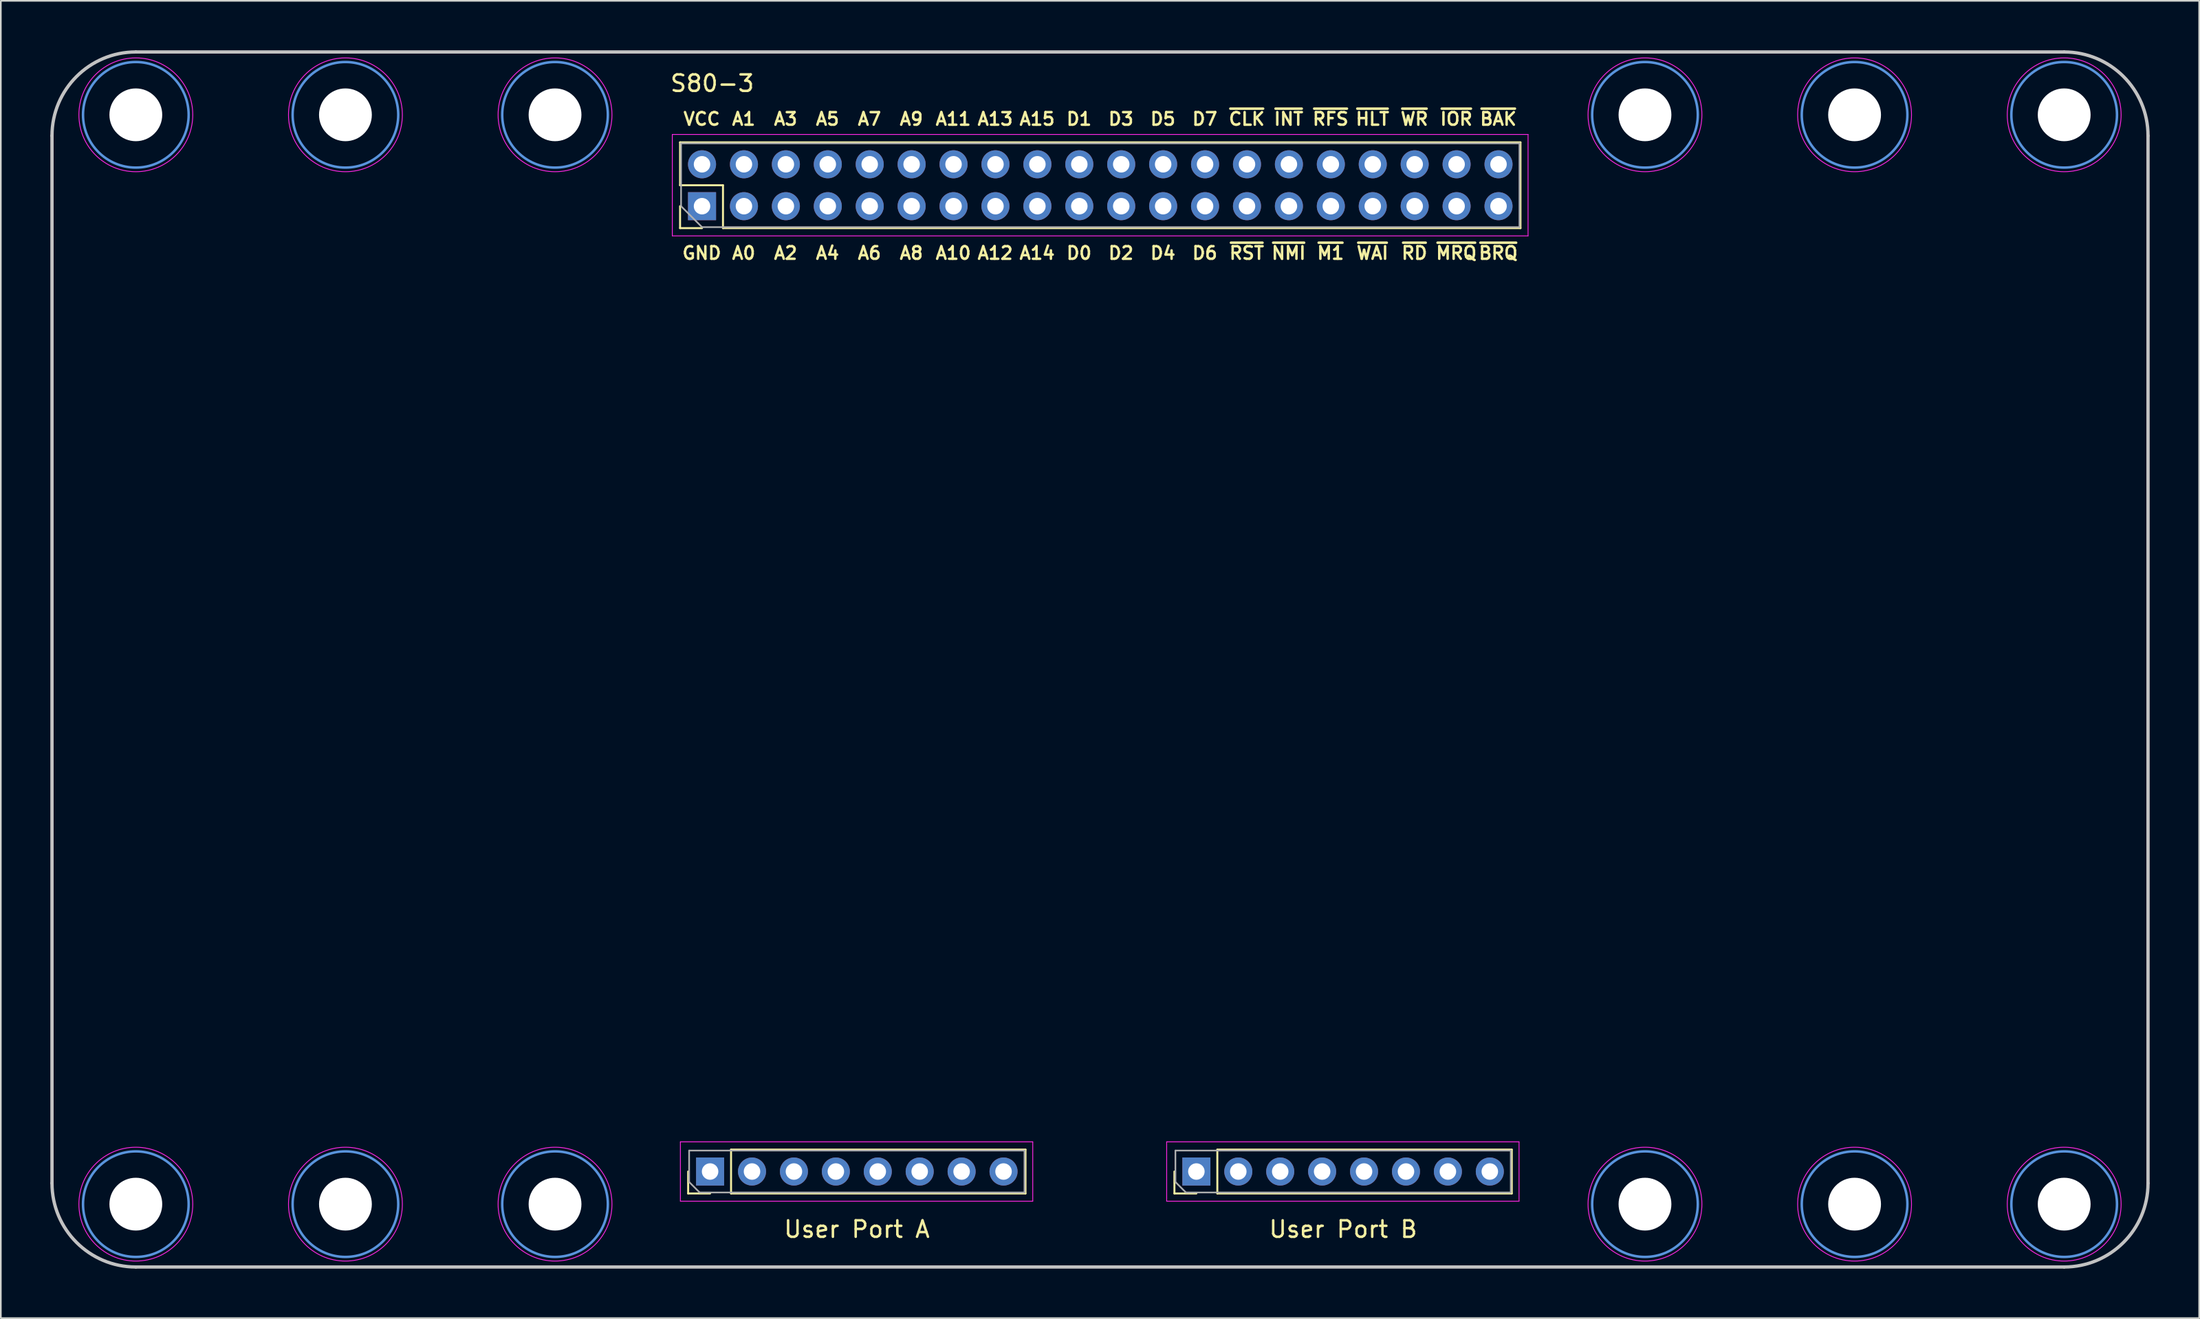
<source format=kicad_pcb>
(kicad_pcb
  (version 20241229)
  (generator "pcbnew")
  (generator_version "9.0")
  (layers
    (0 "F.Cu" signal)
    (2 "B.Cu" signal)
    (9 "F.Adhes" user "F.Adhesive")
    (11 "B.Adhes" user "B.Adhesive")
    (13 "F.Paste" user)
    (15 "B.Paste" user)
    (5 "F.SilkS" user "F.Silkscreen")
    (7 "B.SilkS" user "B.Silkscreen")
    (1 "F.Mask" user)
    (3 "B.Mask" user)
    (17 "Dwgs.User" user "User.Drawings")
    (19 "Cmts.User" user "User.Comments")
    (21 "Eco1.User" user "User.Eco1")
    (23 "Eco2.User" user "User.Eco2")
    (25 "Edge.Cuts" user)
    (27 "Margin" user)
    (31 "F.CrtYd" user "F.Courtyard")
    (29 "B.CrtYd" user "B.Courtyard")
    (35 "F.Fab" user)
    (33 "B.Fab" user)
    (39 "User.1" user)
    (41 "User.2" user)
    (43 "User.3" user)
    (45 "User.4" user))
  (footprint "S80-3"
    (layer "F.Cu")
    (at 63.6 36.93)
    (property "Reference" "S80-3" (at -23.495 -34.925 0) (layer "F.SilkS") (effects (font (size 1 1) (thickness 0.15))))
    (attr through_hole)
    (fp_line (start -25.444 -31.35) (end 25.476 -31.35) (stroke (width 0.12) (type solid)) (layer "F.SilkS"))
    (fp_line (start -25.444 -28.75) (end -25.444 -31.35) (stroke (width 0.12) (type solid)) (layer "F.SilkS"))
    (fp_line (start -25.444 -26.15) (end -25.444 -27.48) (stroke (width 0.12) (type solid)) (layer "F.SilkS"))
    (fp_line (start -24.955 32.372) (end -24.955 31.042) (stroke (width 0.12) (type solid)) (layer "F.SilkS"))
    (fp_line (start -24.114 -26.15) (end -25.444 -26.15) (stroke (width 0.12) (type solid)) (layer "F.SilkS"))
    (fp_line (start -23.625 32.372) (end -24.955 32.372) (stroke (width 0.12) (type solid)) (layer "F.SilkS"))
    (fp_line (start -22.844 -28.75) (end -25.444 -28.75) (stroke (width 0.12) (type solid)) (layer "F.SilkS"))
    (fp_line (start -22.844 -26.15) (end -22.844 -28.75) (stroke (width 0.12) (type solid)) (layer "F.SilkS"))
    (fp_line (start -22.844 -26.15) (end 25.476 -26.15) (stroke (width 0.12) (type solid)) (layer "F.SilkS"))
    (fp_line (start -22.355 29.712) (end -4.515 29.712) (stroke (width 0.12) (type solid)) (layer "F.SilkS"))
    (fp_line (start -22.355 32.372) (end -22.355 29.712) (stroke (width 0.12) (type solid)) (layer "F.SilkS"))
    (fp_line (start -22.355 32.372) (end -4.515 32.372) (stroke (width 0.12) (type solid)) (layer "F.SilkS"))
    (fp_line (start -4.515 32.372) (end -4.515 29.712) (stroke (width 0.12) (type solid)) (layer "F.SilkS"))
    (fp_line (start 4.509 32.372) (end 4.509 31.042) (stroke (width 0.12) (type solid)) (layer "F.SilkS"))
    (fp_line (start 5.839 32.372) (end 4.509 32.372) (stroke (width 0.12) (type solid)) (layer "F.SilkS"))
    (fp_line (start 7.109 29.712) (end 24.949 29.712) (stroke (width 0.12) (type solid)) (layer "F.SilkS"))
    (fp_line (start 7.109 32.372) (end 7.109 29.712) (stroke (width 0.12) (type solid)) (layer "F.SilkS"))
    (fp_line (start 7.109 32.372) (end 24.949 32.372) (stroke (width 0.12) (type solid)) (layer "F.SilkS"))
    (fp_line (start 24.949 32.372) (end 24.949 29.712) (stroke (width 0.12) (type solid)) (layer "F.SilkS"))
    (fp_line (start 25.476 -26.15) (end 25.476 -31.35) (stroke (width 0.12) (type solid)) (layer "F.SilkS"))
    (fp_line (start -63.5 -31.75) (end -63.5 31.75) (stroke (width 0.2) (type solid)) (layer "Dwgs.User"))
    (fp_line (start -58.42 -36.83) (end 58.42 -36.83) (stroke (width 0.2) (type solid)) (layer "Dwgs.User"))
    (fp_line (start -58.42 36.83) (end 58.42 36.83) (stroke (width 0.2) (type solid)) (layer "Dwgs.User"))
    (fp_line (start 63.5 -31.75) (end 63.5 31.75) (stroke (width 0.2) (type solid)) (layer "Dwgs.User"))
    (fp_arc (start -63.5 -31.75) (mid -62.012102 -35.342102) (end -58.42 -36.83) (stroke (width 0.2) (type solid)) (layer "Dwgs.User"))
    (fp_arc (start -58.42 36.83) (mid -62.012102 35.342102) (end -63.5 31.75) (stroke (width 0.2) (type solid)) (layer "Dwgs.User"))
    (fp_arc (start 58.42 -36.83) (mid 62.012102 -35.342102) (end 63.5 -31.75) (stroke (width 0.2) (type solid)) (layer "Dwgs.User"))
    (fp_arc (start 63.5 31.75) (mid 62.012102 35.342102) (end 58.42 36.83) (stroke (width 0.2) (type solid)) (layer "Dwgs.User"))
    (fp_circle (center -58.42 -33.02) (end -55.22 -33.02) (stroke (width 0.15) (type solid)) (fill no) (layer "Cmts.User"))
    (fp_circle (center -58.42 33.02) (end -55.22 33.02) (stroke (width 0.15) (type solid)) (fill no) (layer "Cmts.User"))
    (fp_circle (center -45.72 -33.02) (end -42.52 -33.02) (stroke (width 0.15) (type solid)) (fill no) (layer "Cmts.User"))
    (fp_circle (center -45.72 33.02) (end -42.52 33.02) (stroke (width 0.15) (type solid)) (fill no) (layer "Cmts.User"))
    (fp_circle (center -33.02 -33.02) (end -29.82 -33.02) (stroke (width 0.15) (type solid)) (fill no) (layer "Cmts.User"))
    (fp_circle (center -33.02 33.02) (end -29.82 33.02) (stroke (width 0.15) (type solid)) (fill no) (layer "Cmts.User"))
    (fp_circle (center 33.02 -33.02) (end 36.22 -33.02) (stroke (width 0.15) (type solid)) (fill no) (layer "Cmts.User"))
    (fp_circle (center 33.02 33.02) (end 36.22 33.02) (stroke (width 0.15) (type solid)) (fill no) (layer "Cmts.User"))
    (fp_circle (center 45.72 -33.02) (end 48.92 -33.02) (stroke (width 0.15) (type solid)) (fill no) (layer "Cmts.User"))
    (fp_circle (center 45.72 33.02) (end 48.92 33.02) (stroke (width 0.15) (type solid)) (fill no) (layer "Cmts.User"))
    (fp_circle (center 58.42 -33.02) (end 61.62 -33.02) (stroke (width 0.15) (type solid)) (fill no) (layer "Cmts.User"))
    (fp_circle (center 58.42 33.02) (end 61.62 33.02) (stroke (width 0.15) (type solid)) (fill no) (layer "Cmts.User"))
    (fp_line (start -25.914 -31.83) (end -25.914 -25.68) (stroke (width 0.05) (type solid)) (layer "F.CrtYd"))
    (fp_line (start -25.914 -25.68) (end 25.936 -25.68) (stroke (width 0.05) (type solid)) (layer "F.CrtYd"))
    (fp_line (start -25.425 29.242) (end -25.425 32.842) (stroke (width 0.05) (type solid)) (layer "F.CrtYd"))
    (fp_line (start -25.425 32.842) (end -4.075 32.842) (stroke (width 0.05) (type solid)) (layer "F.CrtYd"))
    (fp_line (start -4.075 29.242) (end -25.425 29.242) (stroke (width 0.05) (type solid)) (layer "F.CrtYd"))
    (fp_line (start -4.075 32.842) (end -4.075 29.242) (stroke (width 0.05) (type solid)) (layer "F.CrtYd"))
    (fp_line (start 4.039 29.242) (end 4.039 32.842) (stroke (width 0.05) (type solid)) (layer "F.CrtYd"))
    (fp_line (start 4.039 32.842) (end 25.389 32.842) (stroke (width 0.05) (type solid)) (layer "F.CrtYd"))
    (fp_line (start 25.389 29.242) (end 4.039 29.242) (stroke (width 0.05) (type solid)) (layer "F.CrtYd"))
    (fp_line (start 25.389 32.842) (end 25.389 29.242) (stroke (width 0.05) (type solid)) (layer "F.CrtYd"))
    (fp_line (start 25.936 -31.83) (end -25.914 -31.83) (stroke (width 0.05) (type solid)) (layer "F.CrtYd"))
    (fp_line (start 25.936 -25.68) (end 25.936 -31.83) (stroke (width 0.05) (type solid)) (layer "F.CrtYd"))
    (fp_circle (center -58.42 -33.02) (end -54.97 -33.02) (stroke (width 0.05) (type solid)) (fill no) (layer "F.CrtYd"))
    (fp_circle (center -58.42 33.02) (end -54.97 33.02) (stroke (width 0.05) (type solid)) (fill no) (layer "F.CrtYd"))
    (fp_circle (center -45.72 -33.02) (end -42.27 -33.02) (stroke (width 0.05) (type solid)) (fill no) (layer "F.CrtYd"))
    (fp_circle (center -45.72 33.02) (end -42.27 33.02) (stroke (width 0.05) (type solid)) (fill no) (layer "F.CrtYd"))
    (fp_circle (center -33.02 -33.02) (end -29.57 -33.02) (stroke (width 0.05) (type solid)) (fill no) (layer "F.CrtYd"))
    (fp_circle (center -33.02 33.02) (end -29.57 33.02) (stroke (width 0.05) (type solid)) (fill no) (layer "F.CrtYd"))
    (fp_circle (center 33.02 -33.02) (end 36.47 -33.02) (stroke (width 0.05) (type solid)) (fill no) (layer "F.CrtYd"))
    (fp_circle (center 33.02 33.02) (end 36.47 33.02) (stroke (width 0.05) (type solid)) (fill no) (layer "F.CrtYd"))
    (fp_circle (center 45.72 -33.02) (end 49.17 -33.02) (stroke (width 0.05) (type solid)) (fill no) (layer "F.CrtYd"))
    (fp_circle (center 45.72 33.02) (end 49.17 33.02) (stroke (width 0.05) (type solid)) (fill no) (layer "F.CrtYd"))
    (fp_circle (center 58.42 -33.02) (end 61.87 -33.02) (stroke (width 0.05) (type solid)) (fill no) (layer "F.CrtYd"))
    (fp_circle (center 58.42 33.02) (end 61.87 33.02) (stroke (width 0.05) (type solid)) (fill no) (layer "F.CrtYd"))
    (fp_line (start -25.384 -31.29) (end 25.416 -31.29) (stroke (width 0.1) (type solid)) (layer "F.Fab"))
    (fp_line (start -25.384 -27.48) (end -25.384 -31.29) (stroke (width 0.1) (type solid)) (layer "F.Fab"))
    (fp_line (start -24.895 29.772) (end -4.575 29.772) (stroke (width 0.1) (type solid)) (layer "F.Fab"))
    (fp_line (start -24.895 31.677) (end -24.895 29.772) (stroke (width 0.1) (type solid)) (layer "F.Fab"))
    (fp_line (start -24.26 32.312) (end -24.895 31.677) (stroke (width 0.1) (type solid)) (layer "F.Fab"))
    (fp_line (start -24.114 -26.21) (end -25.384 -27.48) (stroke (width 0.1) (type solid)) (layer "F.Fab"))
    (fp_line (start -4.575 29.772) (end -4.575 32.312) (stroke (width 0.1) (type solid)) (layer "F.Fab"))
    (fp_line (start -4.575 32.312) (end -24.26 32.312) (stroke (width 0.1) (type solid)) (layer "F.Fab"))
    (fp_line (start 4.569 29.772) (end 24.889 29.772) (stroke (width 0.1) (type solid)) (layer "F.Fab"))
    (fp_line (start 4.569 31.677) (end 4.569 29.772) (stroke (width 0.1) (type solid)) (layer "F.Fab"))
    (fp_line (start 5.204 32.312) (end 4.569 31.677) (stroke (width 0.1) (type solid)) (layer "F.Fab"))
    (fp_line (start 24.889 29.772) (end 24.889 32.312) (stroke (width 0.1) (type solid)) (layer "F.Fab"))
    (fp_line (start 24.889 32.312) (end 5.204 32.312) (stroke (width 0.1) (type solid)) (layer "F.Fab"))
    (fp_line (start 25.416 -31.29) (end 25.416 -26.21) (stroke (width 0.1) (type solid)) (layer "F.Fab"))
    (fp_line (start 25.416 -26.21) (end -24.114 -26.21) (stroke (width 0.1) (type solid)) (layer "F.Fab"))
    (fp_text user "A3" (at -19.05 -32.766 0) (layer "F.SilkS") (effects (font (size 0.762 0.762) (thickness 0.15))))
    (fp_text user "User Port A" (at -14.732 34.544 0) (layer "F.SilkS") (effects (font (size 1 1) (thickness 0.15))))
    (fp_text user "D6" (at 6.35 -24.638 0) (layer "F.SilkS") (effects (font (size 0.762 0.762) (thickness 0.15))))
    (fp_text user "~{NMI}" (at 11.43 -24.638 0) (layer "F.SilkS") (effects (font (size 0.762 0.762) (thickness 0.15))))
    (fp_text user "A10" (at -8.89 -24.638 0) (layer "F.SilkS") (effects (font (size 0.762 0.762) (thickness 0.15))))
    (fp_text user "~{M1}" (at 13.97 -24.638 0) (layer "F.SilkS") (effects (font (size 0.762 0.762) (thickness 0.15))))
    (fp_text user "~{RFS}" (at 13.97 -32.766 0) (layer "F.SilkS") (effects (font (size 0.762 0.762) (thickness 0.15))))
    (fp_text user "A11" (at -8.89 -32.766 0) (layer "F.SilkS") (effects (font (size 0.762 0.762) (thickness 0.15))))
    (fp_text user "~{WR}" (at 19.05 -32.766 0) (layer "F.SilkS") (effects (font (size 0.762 0.762) (thickness 0.15))))
    (fp_text user "D7" (at 6.35 -32.766 0) (layer "F.SilkS") (effects (font (size 0.762 0.762) (thickness 0.15))))
    (fp_text user "~{CLK}" (at 8.89 -32.766 0) (layer "F.SilkS") (effects (font (size 0.762 0.762) (thickness 0.15))))
    (fp_text user "VCC" (at -24.13 -32.766 0) (layer "F.SilkS") (effects (font (size 0.762 0.762) (thickness 0.15))))
    (fp_text user "D1" (at -1.27 -32.766 0) (layer "F.SilkS") (effects (font (size 0.762 0.762) (thickness 0.15))))
    (fp_text user "A13" (at -6.35 -32.766 0) (layer "F.SilkS") (effects (font (size 0.762 0.762) (thickness 0.15))))
    (fp_text user "A9" (at -11.43 -32.766 0) (layer "F.SilkS") (effects (font (size 0.762 0.762) (thickness 0.15))))
    (fp_text user "~{HLT}" (at 16.51 -32.766 0) (layer "F.SilkS") (effects (font (size 0.762 0.762) (thickness 0.15))))
    (fp_text user "~{BRQ}" (at 24.13 -24.638 0) (layer "F.SilkS") (effects (font (size 0.762 0.762) (thickness 0.15))))
    (fp_text user "D0" (at -1.27 -24.638 0) (layer "F.SilkS") (effects (font (size 0.762 0.762) (thickness 0.15))))
    (fp_text user "~{IOR}" (at 21.59 -32.766 0) (layer "F.SilkS") (effects (font (size 0.762 0.762) (thickness 0.15))))
    (fp_text user "D2" (at 1.27 -24.638 0) (layer "F.SilkS") (effects (font (size 0.762 0.762) (thickness 0.15))))
    (fp_text user "~{RD}" (at 19.05 -24.638 0) (layer "F.SilkS") (effects (font (size 0.762 0.762) (thickness 0.15))))
    (fp_text user "~{RST}" (at 8.89 -24.638 0) (layer "F.SilkS") (effects (font (size 0.762 0.762) (thickness 0.15))))
    (fp_text user "D5" (at 3.81 -32.766 0) (layer "F.SilkS") (effects (font (size 0.762 0.762) (thickness 0.15))))
    (fp_text user "A0" (at -21.59 -24.638 0) (layer "F.SilkS") (effects (font (size 0.762 0.762) (thickness 0.15))))
    (fp_text user "A7" (at -13.97 -32.766 0) (layer "F.SilkS") (effects (font (size 0.762 0.762) (thickness 0.15))))
    (fp_text user "A2" (at -19.05 -24.638 0) (layer "F.SilkS") (effects (font (size 0.762 0.762) (thickness 0.15))))
    (fp_text user "A8" (at -11.43 -24.638 0) (layer "F.SilkS") (effects (font (size 0.762 0.762) (thickness 0.15))))
    (fp_text user "A6" (at -13.97 -24.638 0) (layer "F.SilkS") (effects (font (size 0.762 0.762) (thickness 0.15))))
    (fp_text user "A14" (at -3.81 -24.638 0) (layer "F.SilkS") (effects (font (size 0.762 0.762) (thickness 0.15))))
    (fp_text user "A4" (at -16.51 -24.638 0) (layer "F.SilkS") (effects (font (size 0.762 0.762) (thickness 0.15))))
    (fp_text user "A15" (at -3.81 -32.766 0) (layer "F.SilkS") (effects (font (size 0.762 0.762) (thickness 0.15))))
    (fp_text user "D4" (at 3.81 -24.638 0) (layer "F.SilkS") (effects (font (size 0.762 0.762) (thickness 0.15))))
    (fp_text user "A12" (at -6.35 -24.638 0) (layer "F.SilkS") (effects (font (size 0.762 0.762) (thickness 0.15))))
    (fp_text user "~{WAI}" (at 16.51 -24.638 0) (layer "F.SilkS") (effects (font (size 0.762 0.762) (thickness 0.15))))
    (fp_text user "~{BAK}" (at 24.13 -32.766 0) (layer "F.SilkS") (effects (font (size 0.762 0.762) (thickness 0.15))))
    (fp_text user "A5" (at -16.51 -32.766 0) (layer "F.SilkS") (effects (font (size 0.762 0.762) (thickness 0.15))))
    (fp_text user "User Port B" (at 14.732 34.544 0) (layer "F.SilkS") (effects (font (size 1 1) (thickness 0.15))))
    (fp_text user "A1" (at -21.59 -32.766 0) (layer "F.SilkS") (effects (font (size 0.762 0.762) (thickness 0.15))))
    (fp_text user "GND" (at -24.13 -24.638 0) (layer "F.SilkS") (effects (font (size 0.762 0.762) (thickness 0.15))))
    (fp_text user "~{MRQ}" (at 21.59 -24.638 0) (layer "F.SilkS") (effects (font (size 0.762 0.762) (thickness 0.15))))
    (fp_text user "D3" (at 1.27 -32.766 0) (layer "F.SilkS") (effects (font (size 0.762 0.762) (thickness 0.15))))
    (fp_text user "~{INT}" (at 11.43 -32.766 0) (layer "F.SilkS") (effects (font (size 0.762 0.762) (thickness 0.15))))
    (pad "" np_thru_hole circle (at -58.42 -33.02) (size 3.2 3.2) (drill 3.2) (layers "*.Cu" "*.Mask"))
    (pad "" np_thru_hole circle (at -58.42 33.02) (size 3.2 3.2) (drill 3.2) (layers "*.Cu" "*.Mask"))
    (pad "" np_thru_hole circle (at -45.72 -33.02) (size 3.2 3.2) (drill 3.2) (layers "*.Cu" "*.Mask"))
    (pad "" np_thru_hole circle (at -45.72 33.02) (size 3.2 3.2) (drill 3.2) (layers "*.Cu" "*.Mask"))
    (pad "" np_thru_hole circle (at -33.02 -33.02) (size 3.2 3.2) (drill 3.2) (layers "*.Cu" "*.Mask"))
    (pad "" np_thru_hole circle (at -33.02 33.02) (size 3.2 3.2) (drill 3.2) (layers "*.Cu" "*.Mask"))
    (pad "" np_thru_hole circle (at 33.02 -33.02) (size 3.2 3.2) (drill 3.2) (layers "*.Cu" "*.Mask"))
    (pad "" np_thru_hole circle (at 33.02 33.02) (size 3.2 3.2) (drill 3.2) (layers "*.Cu" "*.Mask"))
    (pad "" np_thru_hole circle (at 45.72 -33.02) (size 3.2 3.2) (drill 3.2) (layers "*.Cu" "*.Mask"))
    (pad "" np_thru_hole circle (at 45.72 33.02) (size 3.2 3.2) (drill 3.2) (layers "*.Cu" "*.Mask"))
    (pad "" np_thru_hole circle (at 58.42 -33.02) (size 3.2 3.2) (drill 3.2) (layers "*.Cu" "*.Mask"))
    (pad "" np_thru_hole circle (at 58.42 33.02) (size 3.2 3.2) (drill 3.2) (layers "*.Cu" "*.Mask"))
    (pad "1" thru_hole rect (at -24.114 -27.48 90) (size 1.7 1.7) (drill 1) (layers "*.Cu" "*.Mask"))
    (pad "2" thru_hole oval (at -24.114 -30.02 90) (size 1.7 1.7) (drill 1) (layers "*.Cu" "*.Mask"))
    (pad "3" thru_hole oval (at -21.574 -27.48 90) (size 1.7 1.7) (drill 1) (layers "*.Cu" "*.Mask"))
    (pad "4" thru_hole oval (at -21.574 -30.02 90) (size 1.7 1.7) (drill 1) (layers "*.Cu" "*.Mask"))
    (pad "5" thru_hole oval (at -19.034 -27.48 90) (size 1.7 1.7) (drill 1) (layers "*.Cu" "*.Mask"))
    (pad "6" thru_hole oval (at -19.034 -30.02 90) (size 1.7 1.7) (drill 1) (layers "*.Cu" "*.Mask"))
    (pad "7" thru_hole oval (at -16.494 -27.48 90) (size 1.7 1.7) (drill 1) (layers "*.Cu" "*.Mask"))
    (pad "8" thru_hole oval (at -16.494 -30.02 90) (size 1.7 1.7) (drill 1) (layers "*.Cu" "*.Mask"))
    (pad "9" thru_hole oval (at -13.954 -27.48 90) (size 1.7 1.7) (drill 1) (layers "*.Cu" "*.Mask"))
    (pad "10" thru_hole oval (at -13.954 -30.02 90) (size 1.7 1.7) (drill 1) (layers "*.Cu" "*.Mask"))
    (pad "11" thru_hole oval (at -11.414 -27.48 90) (size 1.7 1.7) (drill 1) (layers "*.Cu" "*.Mask"))
    (pad "12" thru_hole oval (at -11.414 -30.02 90) (size 1.7 1.7) (drill 1) (layers "*.Cu" "*.Mask"))
    (pad "13" thru_hole oval (at -8.874 -27.48 90) (size 1.7 1.7) (drill 1) (layers "*.Cu" "*.Mask"))
    (pad "14" thru_hole oval (at -8.874 -30.02 90) (size 1.7 1.7) (drill 1) (layers "*.Cu" "*.Mask"))
    (pad "15" thru_hole oval (at -6.334 -27.48 90) (size 1.7 1.7) (drill 1) (layers "*.Cu" "*.Mask"))
    (pad "16" thru_hole oval (at -6.334 -30.02 90) (size 1.7 1.7) (drill 1) (layers "*.Cu" "*.Mask"))
    (pad "17" thru_hole oval (at -3.794 -27.48 90) (size 1.7 1.7) (drill 1) (layers "*.Cu" "*.Mask"))
    (pad "18" thru_hole oval (at -3.794 -30.02 90) (size 1.7 1.7) (drill 1) (layers "*.Cu" "*.Mask"))
    (pad "19" thru_hole oval (at -1.254 -27.48 90) (size 1.7 1.7) (drill 1) (layers "*.Cu" "*.Mask"))
    (pad "20" thru_hole oval (at -1.254 -30.02 90) (size 1.7 1.7) (drill 1) (layers "*.Cu" "*.Mask"))
    (pad "21" thru_hole oval (at 1.286 -27.48 90) (size 1.7 1.7) (drill 1) (layers "*.Cu" "*.Mask"))
    (pad "22" thru_hole oval (at 1.286 -30.02 90) (size 1.7 1.7) (drill 1) (layers "*.Cu" "*.Mask"))
    (pad "23" thru_hole oval (at 3.826 -27.48 90) (size 1.7 1.7) (drill 1) (layers "*.Cu" "*.Mask"))
    (pad "24" thru_hole oval (at 3.826 -30.02 90) (size 1.7 1.7) (drill 1) (layers "*.Cu" "*.Mask"))
    (pad "25" thru_hole oval (at 6.366 -27.48 90) (size 1.7 1.7) (drill 1) (layers "*.Cu" "*.Mask"))
    (pad "26" thru_hole oval (at 6.366 -30.02 90) (size 1.7 1.7) (drill 1) (layers "*.Cu" "*.Mask"))
    (pad "27" thru_hole oval (at 8.906 -27.48 90) (size 1.7 1.7) (drill 1) (layers "*.Cu" "*.Mask"))
    (pad "28" thru_hole oval (at 8.906 -30.02 90) (size 1.7 1.7) (drill 1) (layers "*.Cu" "*.Mask"))
    (pad "29" thru_hole oval (at 11.446 -27.48 90) (size 1.7 1.7) (drill 1) (layers "*.Cu" "*.Mask"))
    (pad "30" thru_hole oval (at 11.446 -30.02 90) (size 1.7 1.7) (drill 1) (layers "*.Cu" "*.Mask"))
    (pad "31" thru_hole oval (at 13.986 -27.48 90) (size 1.7 1.7) (drill 1) (layers "*.Cu" "*.Mask"))
    (pad "32" thru_hole oval (at 13.986 -30.02 90) (size 1.7 1.7) (drill 1) (layers "*.Cu" "*.Mask"))
    (pad "33" thru_hole oval (at 16.526 -27.48 90) (size 1.7 1.7) (drill 1) (layers "*.Cu" "*.Mask"))
    (pad "34" thru_hole oval (at 16.526 -30.02 90) (size 1.7 1.7) (drill 1) (layers "*.Cu" "*.Mask"))
    (pad "35" thru_hole oval (at 19.066 -27.48 90) (size 1.7 1.7) (drill 1) (layers "*.Cu" "*.Mask"))
    (pad "36" thru_hole oval (at 19.066 -30.02 90) (size 1.7 1.7) (drill 1) (layers "*.Cu" "*.Mask"))
    (pad "37" thru_hole oval (at 21.606 -27.48 90) (size 1.7 1.7) (drill 1) (layers "*.Cu" "*.Mask"))
    (pad "38" thru_hole oval (at 21.606 -30.02 90) (size 1.7 1.7) (drill 1) (layers "*.Cu" "*.Mask"))
    (pad "39" thru_hole oval (at 24.146 -27.48 90) (size 1.7 1.7) (drill 1) (layers "*.Cu" "*.Mask"))
    (pad "40" thru_hole oval (at 24.146 -30.02 90) (size 1.7 1.7) (drill 1) (layers "*.Cu" "*.Mask"))
    (pad "41" thru_hole rect (at -23.625 31.042 90) (size 1.7 1.7) (drill 1) (layers "*.Cu" "*.Mask"))
    (pad "42" thru_hole oval (at -21.085 31.042 90) (size 1.7 1.7) (drill 1) (layers "*.Cu" "*.Mask"))
    (pad "43" thru_hole oval (at -18.545 31.042 90) (size 1.7 1.7) (drill 1) (layers "*.Cu" "*.Mask"))
    (pad "44" thru_hole oval (at -16.005 31.042 90) (size 1.7 1.7) (drill 1) (layers "*.Cu" "*.Mask"))
    (pad "45" thru_hole oval (at -13.465 31.042 90) (size 1.7 1.7) (drill 1) (layers "*.Cu" "*.Mask"))
    (pad "46" thru_hole oval (at -10.925 31.042 90) (size 1.7 1.7) (drill 1) (layers "*.Cu" "*.Mask"))
    (pad "47" thru_hole oval (at -8.385 31.042 90) (size 1.7 1.7) (drill 1) (layers "*.Cu" "*.Mask"))
    (pad "48" thru_hole oval (at -5.845 31.042 90) (size 1.7 1.7) (drill 1) (layers "*.Cu" "*.Mask"))
    (pad "49" thru_hole rect (at 5.839 31.042 90) (size 1.7 1.7) (drill 1) (layers "*.Cu" "*.Mask"))
    (pad "50" thru_hole oval (at 8.379 31.042 90) (size 1.7 1.7) (drill 1) (layers "*.Cu" "*.Mask"))
    (pad "51" thru_hole oval (at 10.919 31.042 90) (size 1.7 1.7) (drill 1) (layers "*.Cu" "*.Mask"))
    (pad "52" thru_hole oval (at 13.459 31.042 90) (size 1.7 1.7) (drill 1) (layers "*.Cu" "*.Mask"))
    (pad "53" thru_hole oval (at 15.999 31.042 90) (size 1.7 1.7) (drill 1) (layers "*.Cu" "*.Mask"))
    (pad "54" thru_hole oval (at 18.539 31.042 90) (size 1.7 1.7) (drill 1) (layers "*.Cu" "*.Mask"))
    (pad "55" thru_hole oval (at 21.079 31.042 90) (size 1.7 1.7) (drill 1) (layers "*.Cu" "*.Mask"))
    (pad "56" thru_hole oval (at 23.619 31.042 90) (size 1.7 1.7) (drill 1) (layers "*.Cu" "*.Mask")))
  (gr_rect
    (start -3 -3)
    (end 130.2 76.86)
    (stroke (width 0.1) (type default))
    (fill no)
    (layer "Edge.Cuts")))
</source>
